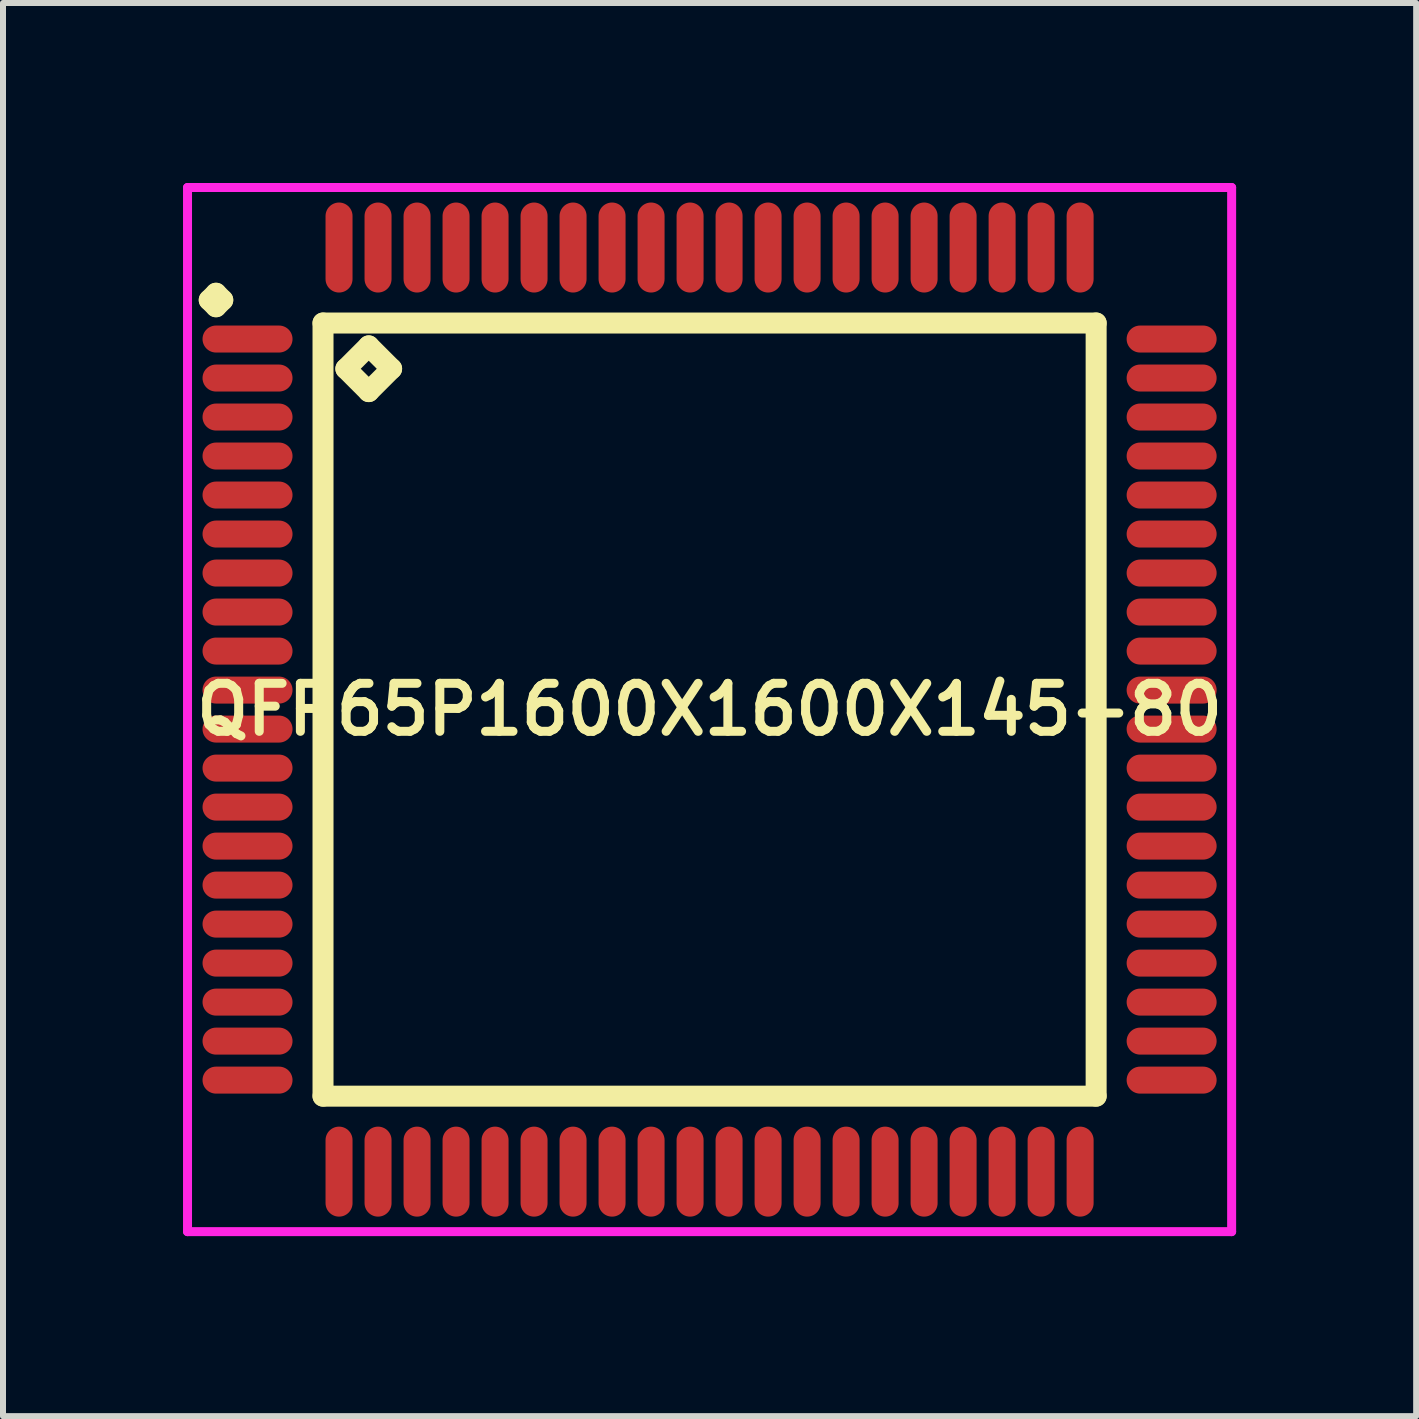
<source format=kicad_pcb>
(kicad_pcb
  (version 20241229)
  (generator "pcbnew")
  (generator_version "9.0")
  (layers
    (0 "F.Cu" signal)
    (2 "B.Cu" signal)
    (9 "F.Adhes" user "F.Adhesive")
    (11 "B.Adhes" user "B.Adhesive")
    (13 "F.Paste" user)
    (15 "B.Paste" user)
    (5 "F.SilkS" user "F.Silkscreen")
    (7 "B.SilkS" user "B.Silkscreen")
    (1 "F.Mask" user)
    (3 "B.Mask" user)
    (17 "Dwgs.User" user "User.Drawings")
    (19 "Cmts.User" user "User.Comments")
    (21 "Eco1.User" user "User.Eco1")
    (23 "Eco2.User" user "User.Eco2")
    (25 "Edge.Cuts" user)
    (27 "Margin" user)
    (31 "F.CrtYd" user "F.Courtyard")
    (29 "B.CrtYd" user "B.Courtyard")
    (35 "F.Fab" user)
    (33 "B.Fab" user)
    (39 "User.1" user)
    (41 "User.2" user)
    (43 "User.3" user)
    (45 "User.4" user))
  (footprint "QFP65P1600X1600X145-80"
    (layer "F.Cu")
    (at 8.775 8.775)
    (property "Reference" "QFP65P1600X1600X145-80" (at 0 0 0) (layer "F.SilkS") (effects (font (size 0.8 0.8) (thickness 0.15))))
    (attr smd)
    (fp_line (start -8.338 -6.825) (end -8.225 -6.938) (stroke (width 0.35) (type solid)) (layer "F.SilkS"))
    (fp_line (start -8.225 -6.938) (end -8.113 -6.825) (stroke (width 0.35) (type solid)) (layer "F.SilkS"))
    (fp_line (start -8.225 -6.713) (end -8.338 -6.825) (stroke (width 0.35) (type solid)) (layer "F.SilkS"))
    (fp_line (start -8.113 -6.825) (end -8.225 -6.713) (stroke (width 0.35) (type solid)) (layer "F.SilkS"))
    (fp_line (start -6.442 -6.442) (end -6.442 6.442) (stroke (width 0.35) (type solid)) (layer "F.SilkS"))
    (fp_line (start -6.442 6.442) (end 6.442 6.442) (stroke (width 0.35) (type solid)) (layer "F.SilkS"))
    (fp_line (start -6.061 -5.68) (end -5.68 -6.061) (stroke (width 0.35) (type solid)) (layer "F.SilkS"))
    (fp_line (start -5.68 -6.061) (end -5.299 -5.68) (stroke (width 0.35) (type solid)) (layer "F.SilkS"))
    (fp_line (start -5.68 -5.299) (end -6.061 -5.68) (stroke (width 0.35) (type solid)) (layer "F.SilkS"))
    (fp_line (start -5.299 -5.68) (end -5.68 -5.299) (stroke (width 0.35) (type solid)) (layer "F.SilkS"))
    (fp_line (start 6.442 -6.442) (end -6.442 -6.442) (stroke (width 0.35) (type solid)) (layer "F.SilkS"))
    (fp_line (start 6.442 6.442) (end 6.442 -6.442) (stroke (width 0.35) (type solid)) (layer "F.SilkS"))
    (fp_line (start -8.7 -8.7) (end 8.7 -8.7) (stroke (width 0.15) (type solid)) (layer "F.CrtYd"))
    (fp_line (start -8.7 8.7) (end -8.7 -8.7) (stroke (width 0.15) (type solid)) (layer "F.CrtYd"))
    (fp_line (start 8.7 -8.7) (end 8.7 8.7) (stroke (width 0.15) (type solid)) (layer "F.CrtYd"))
    (fp_line (start 8.7 8.7) (end -8.7 8.7) (stroke (width 0.15) (type solid)) (layer "F.CrtYd"))
    (pad "1" smd oval (at -7.7 -6.175) (size 1.5 0.45) (layers "F.Cu" "F.Mask" "F.Paste"))
    (pad "2" smd oval (at -7.7 -5.525) (size 1.5 0.45) (layers "F.Cu" "F.Mask" "F.Paste"))
    (pad "3" smd oval (at -7.7 -4.875) (size 1.5 0.45) (layers "F.Cu" "F.Mask" "F.Paste"))
    (pad "4" smd oval (at -7.7 -4.225) (size 1.5 0.45) (layers "F.Cu" "F.Mask" "F.Paste"))
    (pad "5" smd oval (at -7.7 -3.575) (size 1.5 0.45) (layers "F.Cu" "F.Mask" "F.Paste"))
    (pad "6" smd oval (at -7.7 -2.925) (size 1.5 0.45) (layers "F.Cu" "F.Mask" "F.Paste"))
    (pad "7" smd oval (at -7.7 -2.275) (size 1.5 0.45) (layers "F.Cu" "F.Mask" "F.Paste"))
    (pad "8" smd oval (at -7.7 -1.625) (size 1.5 0.45) (layers "F.Cu" "F.Mask" "F.Paste"))
    (pad "9" smd oval (at -7.7 -0.975) (size 1.5 0.45) (layers "F.Cu" "F.Mask" "F.Paste"))
    (pad "10" smd oval (at -7.7 -0.325) (size 1.5 0.45) (layers "F.Cu" "F.Mask" "F.Paste"))
    (pad "11" smd oval (at -7.7 0.325) (size 1.5 0.45) (layers "F.Cu" "F.Mask" "F.Paste"))
    (pad "12" smd oval (at -7.7 0.975) (size 1.5 0.45) (layers "F.Cu" "F.Mask" "F.Paste"))
    (pad "13" smd oval (at -7.7 1.625) (size 1.5 0.45) (layers "F.Cu" "F.Mask" "F.Paste"))
    (pad "14" smd oval (at -7.7 2.275) (size 1.5 0.45) (layers "F.Cu" "F.Mask" "F.Paste"))
    (pad "15" smd oval (at -7.7 2.925) (size 1.5 0.45) (layers "F.Cu" "F.Mask" "F.Paste"))
    (pad "16" smd oval (at -7.7 3.575) (size 1.5 0.45) (layers "F.Cu" "F.Mask" "F.Paste"))
    (pad "17" smd oval (at -7.7 4.225) (size 1.5 0.45) (layers "F.Cu" "F.Mask" "F.Paste"))
    (pad "18" smd oval (at -7.7 4.875) (size 1.5 0.45) (layers "F.Cu" "F.Mask" "F.Paste"))
    (pad "19" smd oval (at -7.7 5.525) (size 1.5 0.45) (layers "F.Cu" "F.Mask" "F.Paste"))
    (pad "20" smd oval (at -7.7 6.175) (size 1.5 0.45) (layers "F.Cu" "F.Mask" "F.Paste"))
    (pad "21" smd oval (at -6.175 7.7) (size 0.45 1.5) (layers "F.Cu" "F.Mask" "F.Paste"))
    (pad "22" smd oval (at -5.525 7.7) (size 0.45 1.5) (layers "F.Cu" "F.Mask" "F.Paste"))
    (pad "23" smd oval (at -4.875 7.7) (size 0.45 1.5) (layers "F.Cu" "F.Mask" "F.Paste"))
    (pad "24" smd oval (at -4.225 7.7) (size 0.45 1.5) (layers "F.Cu" "F.Mask" "F.Paste"))
    (pad "25" smd oval (at -3.575 7.7) (size 0.45 1.5) (layers "F.Cu" "F.Mask" "F.Paste"))
    (pad "26" smd oval (at -2.925 7.7) (size 0.45 1.5) (layers "F.Cu" "F.Mask" "F.Paste"))
    (pad "27" smd oval (at -2.275 7.7) (size 0.45 1.5) (layers "F.Cu" "F.Mask" "F.Paste"))
    (pad "28" smd oval (at -1.625 7.7) (size 0.45 1.5) (layers "F.Cu" "F.Mask" "F.Paste"))
    (pad "29" smd oval (at -0.975 7.7) (size 0.45 1.5) (layers "F.Cu" "F.Mask" "F.Paste"))
    (pad "30" smd oval (at -0.325 7.7) (size 0.45 1.5) (layers "F.Cu" "F.Mask" "F.Paste"))
    (pad "31" smd oval (at 0.325 7.7) (size 0.45 1.5) (layers "F.Cu" "F.Mask" "F.Paste"))
    (pad "32" smd oval (at 0.975 7.7) (size 0.45 1.5) (layers "F.Cu" "F.Mask" "F.Paste"))
    (pad "33" smd oval (at 1.625 7.7) (size 0.45 1.5) (layers "F.Cu" "F.Mask" "F.Paste"))
    (pad "34" smd oval (at 2.275 7.7) (size 0.45 1.5) (layers "F.Cu" "F.Mask" "F.Paste"))
    (pad "35" smd oval (at 2.925 7.7) (size 0.45 1.5) (layers "F.Cu" "F.Mask" "F.Paste"))
    (pad "36" smd oval (at 3.575 7.7) (size 0.45 1.5) (layers "F.Cu" "F.Mask" "F.Paste"))
    (pad "37" smd oval (at 4.225 7.7) (size 0.45 1.5) (layers "F.Cu" "F.Mask" "F.Paste"))
    (pad "38" smd oval (at 4.875 7.7) (size 0.45 1.5) (layers "F.Cu" "F.Mask" "F.Paste"))
    (pad "39" smd oval (at 5.525 7.7) (size 0.45 1.5) (layers "F.Cu" "F.Mask" "F.Paste"))
    (pad "40" smd oval (at 6.175 7.7) (size 0.45 1.5) (layers "F.Cu" "F.Mask" "F.Paste"))
    (pad "41" smd oval (at 7.7 6.175) (size 1.5 0.45) (layers "F.Cu" "F.Mask" "F.Paste"))
    (pad "42" smd oval (at 7.7 5.525) (size 1.5 0.45) (layers "F.Cu" "F.Mask" "F.Paste"))
    (pad "43" smd oval (at 7.7 4.875) (size 1.5 0.45) (layers "F.Cu" "F.Mask" "F.Paste"))
    (pad "44" smd oval (at 7.7 4.225) (size 1.5 0.45) (layers "F.Cu" "F.Mask" "F.Paste"))
    (pad "45" smd oval (at 7.7 3.575) (size 1.5 0.45) (layers "F.Cu" "F.Mask" "F.Paste"))
    (pad "46" smd oval (at 7.7 2.925) (size 1.5 0.45) (layers "F.Cu" "F.Mask" "F.Paste"))
    (pad "47" smd oval (at 7.7 2.275) (size 1.5 0.45) (layers "F.Cu" "F.Mask" "F.Paste"))
    (pad "48" smd oval (at 7.7 1.625) (size 1.5 0.45) (layers "F.Cu" "F.Mask" "F.Paste"))
    (pad "49" smd oval (at 7.7 0.975) (size 1.5 0.45) (layers "F.Cu" "F.Mask" "F.Paste"))
    (pad "50" smd oval (at 7.7 0.325) (size 1.5 0.45) (layers "F.Cu" "F.Mask" "F.Paste"))
    (pad "51" smd oval (at 7.7 -0.325) (size 1.5 0.45) (layers "F.Cu" "F.Mask" "F.Paste"))
    (pad "52" smd oval (at 7.7 -0.975) (size 1.5 0.45) (layers "F.Cu" "F.Mask" "F.Paste"))
    (pad "53" smd oval (at 7.7 -1.625) (size 1.5 0.45) (layers "F.Cu" "F.Mask" "F.Paste"))
    (pad "54" smd oval (at 7.7 -2.275) (size 1.5 0.45) (layers "F.Cu" "F.Mask" "F.Paste"))
    (pad "55" smd oval (at 7.7 -2.925) (size 1.5 0.45) (layers "F.Cu" "F.Mask" "F.Paste"))
    (pad "56" smd oval (at 7.7 -3.575) (size 1.5 0.45) (layers "F.Cu" "F.Mask" "F.Paste"))
    (pad "57" smd oval (at 7.7 -4.225) (size 1.5 0.45) (layers "F.Cu" "F.Mask" "F.Paste"))
    (pad "58" smd oval (at 7.7 -4.875) (size 1.5 0.45) (layers "F.Cu" "F.Mask" "F.Paste"))
    (pad "59" smd oval (at 7.7 -5.525) (size 1.5 0.45) (layers "F.Cu" "F.Mask" "F.Paste"))
    (pad "60" smd oval (at 7.7 -6.175) (size 1.5 0.45) (layers "F.Cu" "F.Mask" "F.Paste"))
    (pad "61" smd oval (at 6.175 -7.7) (size 0.45 1.5) (layers "F.Cu" "F.Mask" "F.Paste"))
    (pad "62" smd oval (at 5.525 -7.7) (size 0.45 1.5) (layers "F.Cu" "F.Mask" "F.Paste"))
    (pad "63" smd oval (at 4.875 -7.7) (size 0.45 1.5) (layers "F.Cu" "F.Mask" "F.Paste"))
    (pad "64" smd oval (at 4.225 -7.7) (size 0.45 1.5) (layers "F.Cu" "F.Mask" "F.Paste"))
    (pad "65" smd oval (at 3.575 -7.7) (size 0.45 1.5) (layers "F.Cu" "F.Mask" "F.Paste"))
    (pad "66" smd oval (at 2.925 -7.7) (size 0.45 1.5) (layers "F.Cu" "F.Mask" "F.Paste"))
    (pad "67" smd oval (at 2.275 -7.7) (size 0.45 1.5) (layers "F.Cu" "F.Mask" "F.Paste"))
    (pad "68" smd oval (at 1.625 -7.7) (size 0.45 1.5) (layers "F.Cu" "F.Mask" "F.Paste"))
    (pad "69" smd oval (at 0.975 -7.7) (size 0.45 1.5) (layers "F.Cu" "F.Mask" "F.Paste"))
    (pad "70" smd oval (at 0.325 -7.7) (size 0.45 1.5) (layers "F.Cu" "F.Mask" "F.Paste"))
    (pad "71" smd oval (at -0.325 -7.7) (size 0.45 1.5) (layers "F.Cu" "F.Mask" "F.Paste"))
    (pad "72" smd oval (at -0.975 -7.7) (size 0.45 1.5) (layers "F.Cu" "F.Mask" "F.Paste"))
    (pad "73" smd oval (at -1.625 -7.7) (size 0.45 1.5) (layers "F.Cu" "F.Mask" "F.Paste"))
    (pad "74" smd oval (at -2.275 -7.7) (size 0.45 1.5) (layers "F.Cu" "F.Mask" "F.Paste"))
    (pad "75" smd oval (at -2.925 -7.7) (size 0.45 1.5) (layers "F.Cu" "F.Mask" "F.Paste"))
    (pad "76" smd oval (at -3.575 -7.7) (size 0.45 1.5) (layers "F.Cu" "F.Mask" "F.Paste"))
    (pad "77" smd oval (at -4.225 -7.7) (size 0.45 1.5) (layers "F.Cu" "F.Mask" "F.Paste"))
    (pad "78" smd oval (at -4.875 -7.7) (size 0.45 1.5) (layers "F.Cu" "F.Mask" "F.Paste"))
    (pad "79" smd oval (at -5.525 -7.7) (size 0.45 1.5) (layers "F.Cu" "F.Mask" "F.Paste"))
    (pad "80" smd oval (at -6.175 -7.7) (size 0.45 1.5) (layers "F.Cu" "F.Mask" "F.Paste")))
  (gr_rect
    (start -3 -3)
    (end 20.55 20.55)
    (stroke (width 0.1) (type default))
    (fill no)
    (layer "Edge.Cuts")))
</source>
